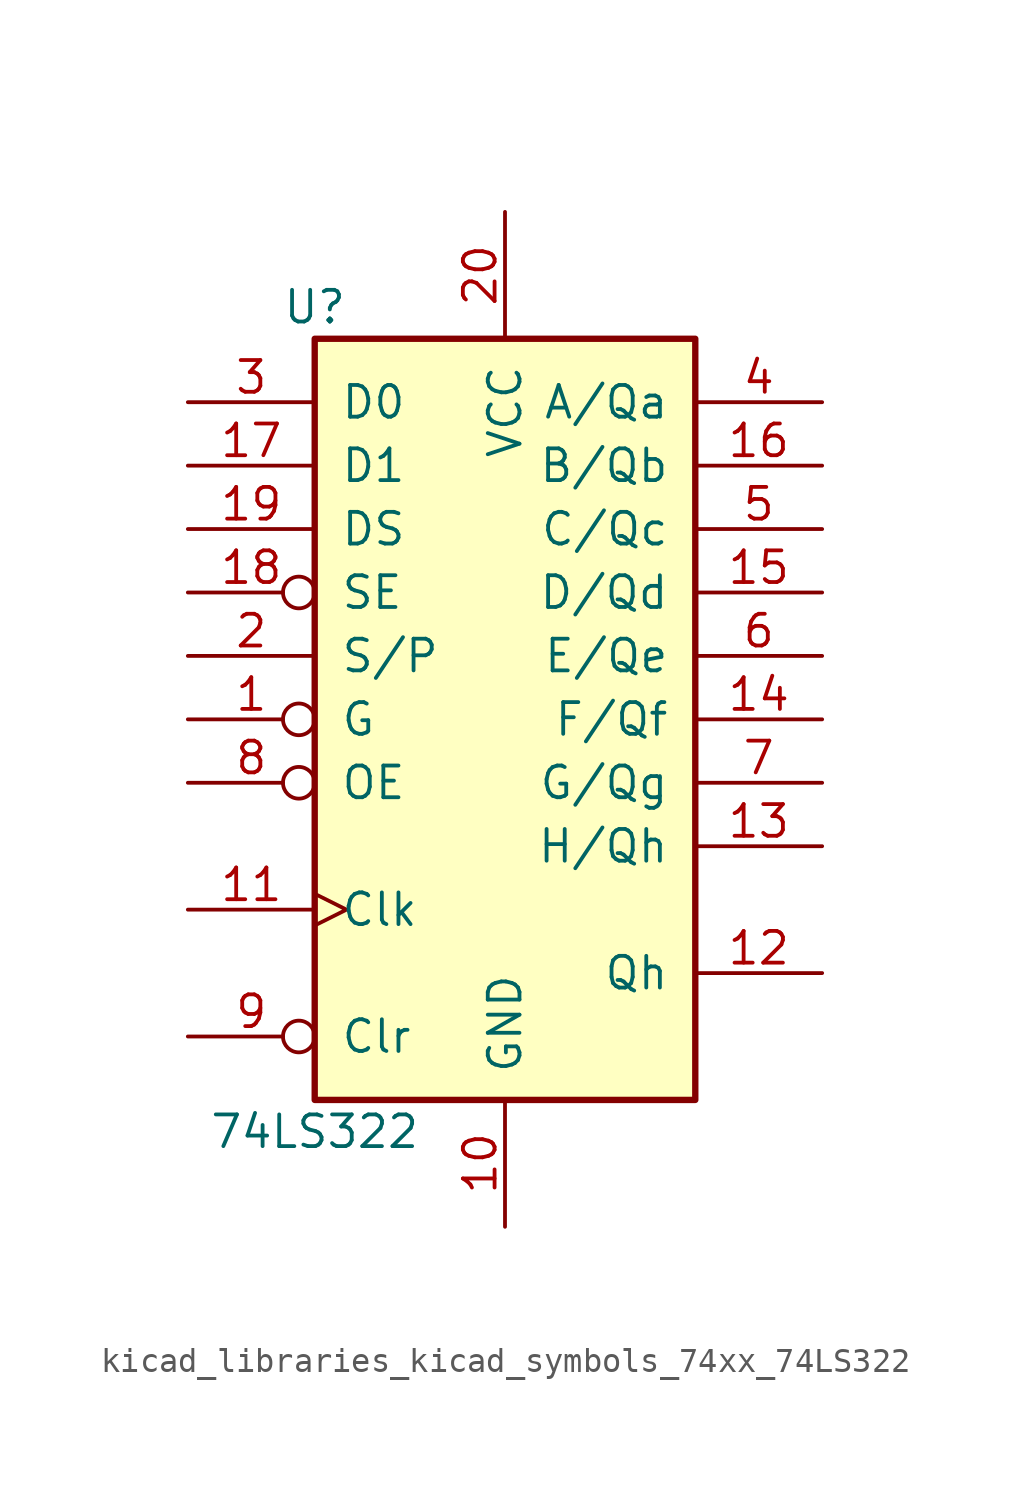
<source format=kicad_sym>
(kicad_symbol_lib
  (version 20220914)
  (generator kicad_symbol_editor)
  (symbol "kicad_libraries_kicad_symbols_74xx_74LS322"
    (pin_names
      (offset 1.016))
    (property "Reference" "U"
      (at -7.62 16.51 0)
      (effects (font (size 1.27 1.27))))
    (property "Value" "74LS322"
      (at -7.62 -16.51 0)
      (effects (font (size 1.27 1.27))))
    (property "ki_locked" ""
      (at 0 0 0)
      (effects (font (size 1.27 1.27))))
    (symbol "kicad_libraries_kicad_symbols_74xx_74LS322_1_0"
      (pin input inverted (at -12.7 0 0) (length 5.08) (name "G" (effects (font (size 1.27 1.27)))) (number "1" (effects (font (size 1.27 1.27)))))
      (pin power_in line (at 0 -20.32 90) (length 5.08) (name "GND" (effects (font (size 1.27 1.27)))) (number "10" (effects (font (size 1.27 1.27)))))
      (pin input clock (at -12.7 -7.62 0) (length 5.08) (name "Clk" (effects (font (size 1.27 1.27)))) (number "11" (effects (font (size 1.27 1.27)))))
      (pin output line (at 12.7 -10.16 180) (length 5.08) (name "Qh" (effects (font (size 1.27 1.27)))) (number "12" (effects (font (size 1.27 1.27)))))
      (pin tri_state line (at 12.7 -5.08 180) (length 5.08) (name "H/Qh" (effects (font (size 1.27 1.27)))) (number "13" (effects (font (size 1.27 1.27)))))
      (pin tri_state line (at 12.7 0 180) (length 5.08) (name "F/Qf" (effects (font (size 1.27 1.27)))) (number "14" (effects (font (size 1.27 1.27)))))
      (pin tri_state line (at 12.7 5.08 180) (length 5.08) (name "D/Qd" (effects (font (size 1.27 1.27)))) (number "15" (effects (font (size 1.27 1.27)))))
      (pin tri_state line (at 12.7 10.16 180) (length 5.08) (name "B/Qb" (effects (font (size 1.27 1.27)))) (number "16" (effects (font (size 1.27 1.27)))))
      (pin input line (at -12.7 10.16 0) (length 5.08) (name "D1" (effects (font (size 1.27 1.27)))) (number "17" (effects (font (size 1.27 1.27)))))
      (pin input inverted (at -12.7 5.08 0) (length 5.08) (name "SE" (effects (font (size 1.27 1.27)))) (number "18" (effects (font (size 1.27 1.27)))))
      (pin input line (at -12.7 7.62 0) (length 5.08) (name "DS" (effects (font (size 1.27 1.27)))) (number "19" (effects (font (size 1.27 1.27)))))
      (pin input line (at -12.7 2.54 0) (length 5.08) (name "S/P" (effects (font (size 1.27 1.27)))) (number "2" (effects (font (size 1.27 1.27)))))
      (pin power_in line (at 0 20.32 270) (length 5.08) (name "VCC" (effects (font (size 1.27 1.27)))) (number "20" (effects (font (size 1.27 1.27)))))
      (pin input line (at -12.7 12.7 0) (length 5.08) (name "D0" (effects (font (size 1.27 1.27)))) (number "3" (effects (font (size 1.27 1.27)))))
      (pin tri_state line (at 12.7 12.7 180) (length 5.08) (name "A/Qa" (effects (font (size 1.27 1.27)))) (number "4" (effects (font (size 1.27 1.27)))))
      (pin tri_state line (at 12.7 7.62 180) (length 5.08) (name "C/Qc" (effects (font (size 1.27 1.27)))) (number "5" (effects (font (size 1.27 1.27)))))
      (pin tri_state line (at 12.7 2.54 180) (length 5.08) (name "E/Qe" (effects (font (size 1.27 1.27)))) (number "6" (effects (font (size 1.27 1.27)))))
      (pin tri_state line (at 12.7 -2.54 180) (length 5.08) (name "G/Qg" (effects (font (size 1.27 1.27)))) (number "7" (effects (font (size 1.27 1.27)))))
      (pin input inverted (at -12.7 -2.54 0) (length 5.08) (name "OE" (effects (font (size 1.27 1.27)))) (number "8" (effects (font (size 1.27 1.27)))))
      (pin input inverted (at -12.7 -12.7 0) (length 5.08) (name "Clr" (effects (font (size 1.27 1.27)))) (number "9" (effects (font (size 1.27 1.27))))))
    (symbol "kicad_libraries_kicad_symbols_74xx_74LS322_1_1"
      (rectangle (start -7.62 15.24) (end 7.62 -15.24) (stroke (width 0.254) (type default)) (fill (type background))))))
</source>
